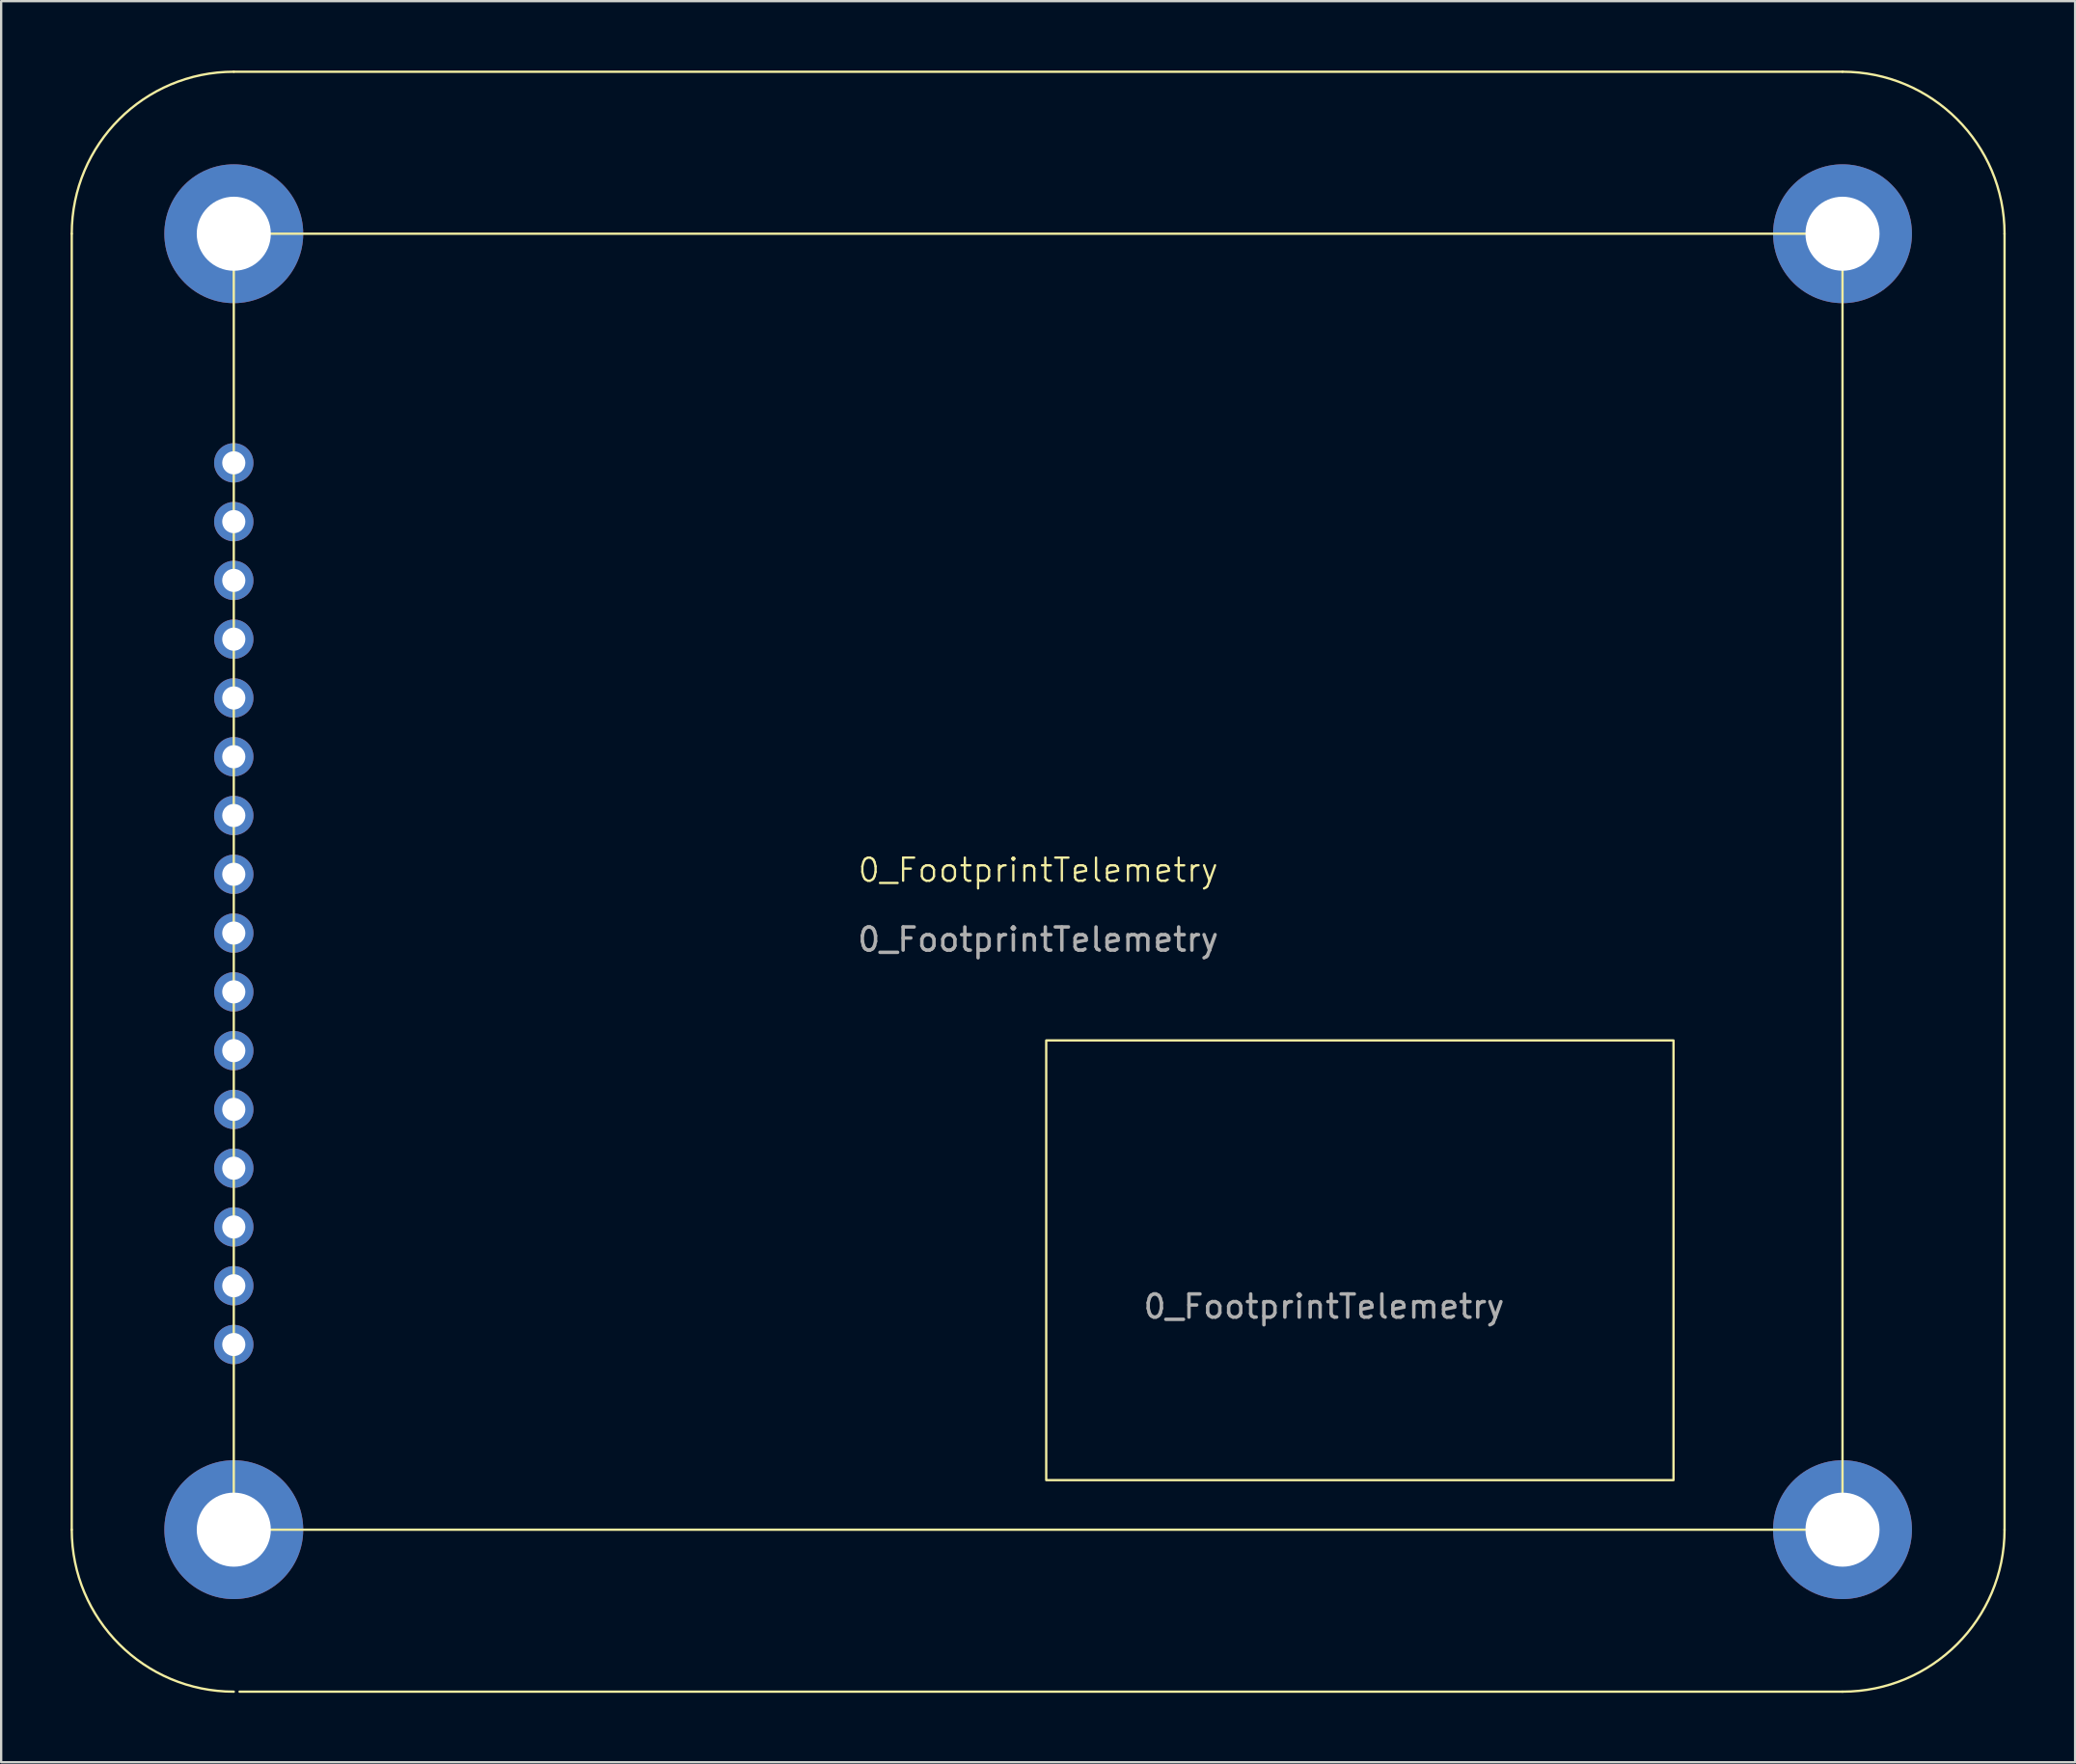
<source format=kicad_pcb>
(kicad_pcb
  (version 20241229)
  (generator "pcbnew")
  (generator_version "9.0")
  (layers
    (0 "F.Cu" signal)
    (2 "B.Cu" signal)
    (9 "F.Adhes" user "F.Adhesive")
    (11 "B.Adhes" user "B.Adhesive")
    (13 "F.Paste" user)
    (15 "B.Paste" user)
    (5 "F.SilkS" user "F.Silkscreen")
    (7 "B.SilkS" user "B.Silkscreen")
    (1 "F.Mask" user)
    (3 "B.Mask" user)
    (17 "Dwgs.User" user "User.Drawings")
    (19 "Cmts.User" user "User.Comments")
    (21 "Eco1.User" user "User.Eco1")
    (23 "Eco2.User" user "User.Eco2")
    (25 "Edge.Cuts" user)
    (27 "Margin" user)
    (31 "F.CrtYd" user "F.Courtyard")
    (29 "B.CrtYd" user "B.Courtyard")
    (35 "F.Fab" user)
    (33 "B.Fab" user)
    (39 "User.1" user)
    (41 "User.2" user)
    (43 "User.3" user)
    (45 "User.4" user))
  (footprint "0_FootprintTelemetry"
    (layer "F.Cu")
    (at 41.8 35.05)
    (property "Reference" "0_FootprintTelemetry" (at 0 -0.5 0) (unlocked yes) (layer "F.SilkS") (effects (font (size 1 1) (thickness 0.1))))
    (attr through_hole)
    (fp_line (start -41.75 28) (end -41.75 -28) (stroke (width 0.1) (type default)) (layer "F.SilkS"))
    (fp_line (start -34.75 -35) (end 34.75 -35) (stroke (width 0.1) (type default)) (layer "F.SilkS"))
    (fp_line (start 34.75 35) (end -34.5 35) (stroke (width 0.1) (type default)) (layer "F.SilkS"))
    (fp_line (start 41.75 -28) (end 41.75 28) (stroke (width 0.1) (type default)) (layer "F.SilkS"))
    (fp_rect (start -34.75 -28) (end 34.75 28) (stroke (width 0.1) (type default)) (fill no) (layer "F.SilkS"))
    (fp_rect (start 0.349 6.859) (end 27.449 25.859) (stroke (width 0.1) (type default)) (fill no) (layer "F.SilkS"))
    (fp_arc (start -41.75 -28) (mid -39.699747 -32.949747) (end -34.75 -35) (stroke (width 0.1) (type default)) (layer "F.SilkS"))
    (fp_arc (start -34.75 35) (mid -39.699747 32.949747) (end -41.75 28) (stroke (width 0.1) (type default)) (layer "F.SilkS"))
    (fp_arc (start 34.75 -35) (mid 39.699747 -32.949747) (end 41.75 -28) (stroke (width 0.1) (type default)) (layer "F.SilkS"))
    (fp_arc (start 41.75 28) (mid 39.699747 32.949747) (end 34.75 35) (stroke (width 0.1) (type default)) (layer "F.SilkS"))
    (fp_text user "${REFERENCE}" (at 12.349 18.359 0) (unlocked yes) (layer "F.Fab") (effects (font (size 1 1) (thickness 0.15))))
    (fp_text user "${REFERENCE}" (at 0 2.5 0) (unlocked yes) (layer "F.Fab") (effects (font (size 1 1) (thickness 0.15))))
    (pad "1" thru_hole circle (at -34.75 20) (size 1.7 1.7) (drill 1) (layers "*.Cu" "*.Mask"))
    (pad "2" thru_hole circle (at -34.75 17.46) (size 1.7 1.7) (drill 1) (layers "*.Cu" "*.Mask"))
    (pad "3" thru_hole circle (at -34.75 14.92) (size 1.7 1.7) (drill 1) (layers "*.Cu" "*.Mask"))
    (pad "4" thru_hole circle (at -34.75 12.38) (size 1.7 1.7) (drill 1) (layers "*.Cu" "*.Mask"))
    (pad "5" thru_hole circle (at -34.75 9.84) (size 1.7 1.7) (drill 1) (layers "*.Cu" "*.Mask"))
    (pad "6" thru_hole circle (at -34.75 7.3) (size 1.7 1.7) (drill 1) (layers "*.Cu" "*.Mask"))
    (pad "7" thru_hole circle (at -34.75 4.76) (size 1.7 1.7) (drill 1) (layers "*.Cu" "*.Mask"))
    (pad "8" thru_hole circle (at -34.75 2.22) (size 1.7 1.7) (drill 1) (layers "*.Cu" "*.Mask"))
    (pad "9" thru_hole circle (at -34.75 -0.32) (size 1.7 1.7) (drill 1) (layers "*.Cu" "*.Mask"))
    (pad "10" thru_hole circle (at -34.75 -2.86) (size 1.7 1.7) (drill 1) (layers "*.Cu" "*.Mask"))
    (pad "11" thru_hole circle (at -34.75 -5.4) (size 1.7 1.7) (drill 1) (layers "*.Cu" "*.Mask"))
    (pad "11" thru_hole circle (at -34.75 28) (size 6 6) (drill 3.2) (layers "*.Cu" "*.Mask"))
    (pad "12" thru_hole circle (at -34.75 -7.94) (size 1.7 1.7) (drill 1) (layers "*.Cu" "*.Mask"))
    (pad "12" thru_hole circle (at 34.75 28) (size 6 6) (drill 3.2) (layers "*.Cu" "*.Mask"))
    (pad "13" thru_hole circle (at -34.75 -10.48) (size 1.7 1.7) (drill 1) (layers "*.Cu" "*.Mask"))
    (pad "13" thru_hole circle (at 34.75 -28) (size 6 6) (drill 3.2) (layers "*.Cu" "*.Mask"))
    (pad "14" thru_hole circle (at -34.75 -28) (size 6 6) (drill 3.2) (layers "*.Cu" "*.Mask"))
    (pad "14" thru_hole circle (at -34.75 -13.02) (size 1.7 1.7) (drill 1) (layers "*.Cu" "*.Mask"))
    (pad "15" thru_hole circle (at -34.75 -15.56) (size 1.7 1.7) (drill 1) (layers "*.Cu" "*.Mask"))
    (pad "16" thru_hole circle (at -34.75 -18.1) (size 1.7 1.7) (drill 1) (layers "*.Cu" "*.Mask")))
  (gr_rect
    (start -3 -3)
    (end 86.6 73.1)
    (stroke (width 0.1) (type default))
    (fill no)
    (layer "Edge.Cuts")))
</source>
